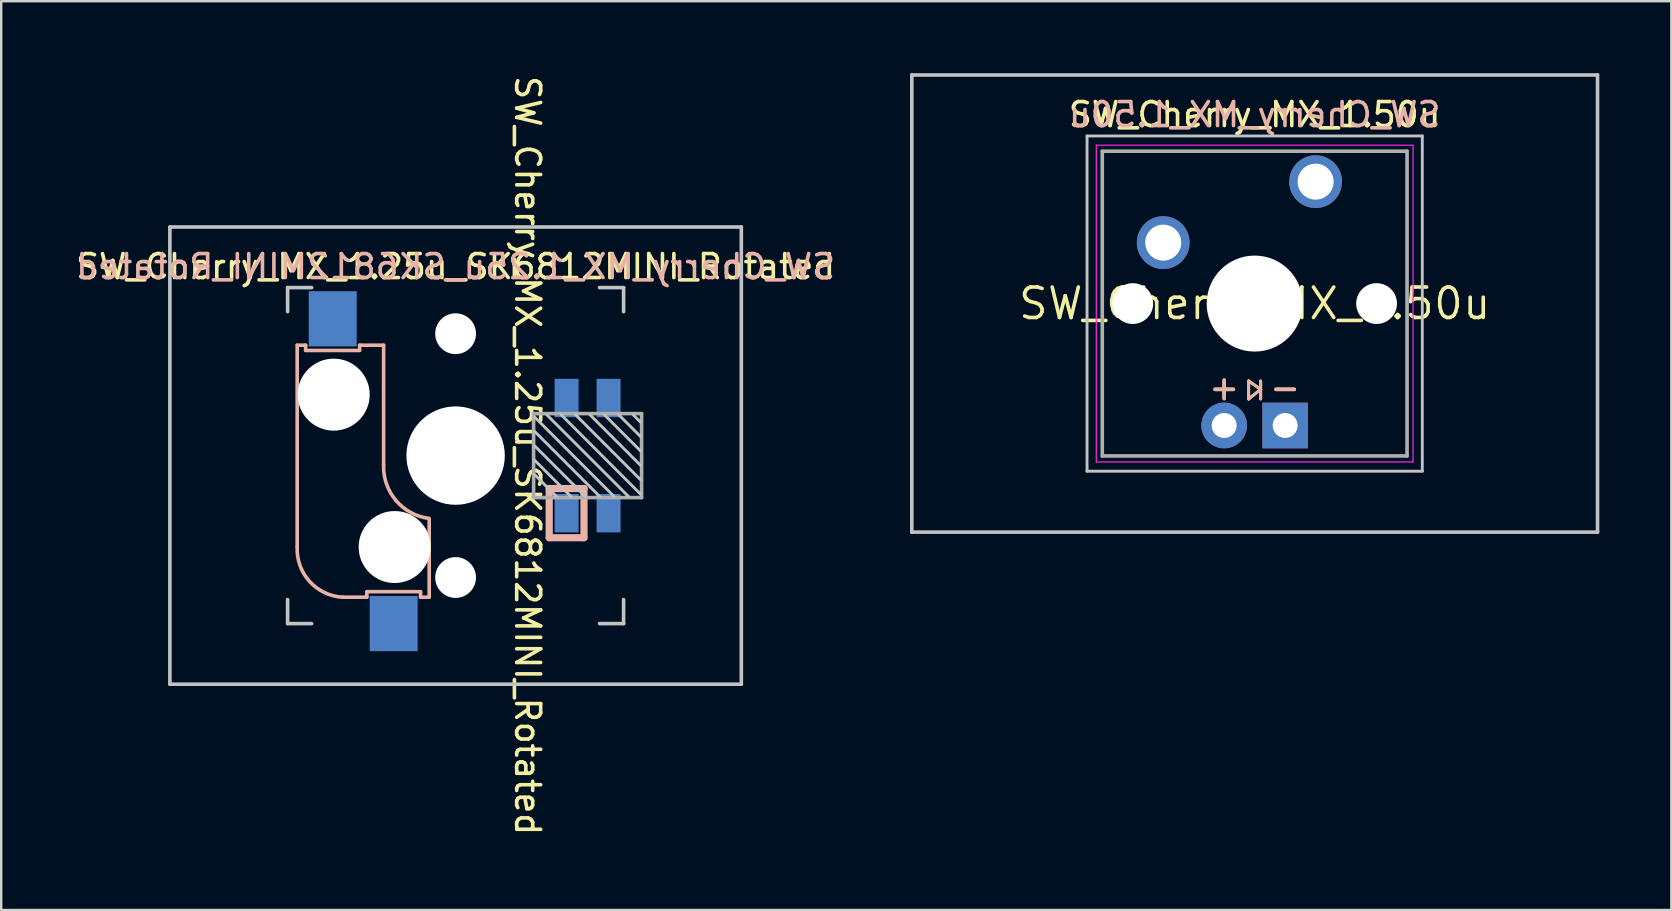
<source format=kicad_pcb>
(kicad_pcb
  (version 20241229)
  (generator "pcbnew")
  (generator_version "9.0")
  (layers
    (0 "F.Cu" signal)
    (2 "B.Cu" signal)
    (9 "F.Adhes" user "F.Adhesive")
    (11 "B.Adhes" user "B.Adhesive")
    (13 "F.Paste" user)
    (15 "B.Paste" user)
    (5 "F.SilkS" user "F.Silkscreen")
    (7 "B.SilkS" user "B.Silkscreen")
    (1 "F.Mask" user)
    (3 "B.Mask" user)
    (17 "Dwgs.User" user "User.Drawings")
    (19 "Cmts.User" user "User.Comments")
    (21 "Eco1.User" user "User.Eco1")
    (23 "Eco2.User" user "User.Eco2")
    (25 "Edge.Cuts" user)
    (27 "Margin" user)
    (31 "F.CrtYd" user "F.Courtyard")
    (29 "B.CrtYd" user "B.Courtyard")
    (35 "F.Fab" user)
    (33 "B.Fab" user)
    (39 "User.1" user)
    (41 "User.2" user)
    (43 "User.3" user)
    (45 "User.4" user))
  (footprint "SW_Cherry_MX_1.25u_SK6812MINI_Rotated"
    (layer "F.Cu")
    (at 15.935 15.935)
    (property "Reference" "SW_Cherry_MX_1.25u_SK6812MINI_Rotated" (at 3 0 270) (unlocked yes) (layer "F.SilkS") (effects (font (size 1 1) (thickness 0.15))))
    (attr through_hole)
    (fp_line (start -6.6 -4.6) (end -6.6 3.8) (stroke (width 0.15) (type solid)) (layer "B.SilkS"))
    (fp_line (start -6.25 -4.6) (end -6.6 -4.6) (stroke (width 0.15) (type solid)) (layer "B.SilkS"))
    (fp_line (start -6.25 -4.4) (end -6.25 -4.6) (stroke (width 0.15) (type solid)) (layer "B.SilkS"))
    (fp_line (start -4.7 5.9) (end -3.7 5.9) (stroke (width 0.15) (type solid)) (layer "B.SilkS"))
    (fp_line (start -4 -4.6) (end -4 -4.4) (stroke (width 0.15) (type solid)) (layer "B.SilkS"))
    (fp_line (start -4 -4.38) (end -6.25 -4.38) (stroke (width 0.15) (type solid)) (layer "B.SilkS"))
    (fp_line (start -3.7 5.67) (end -1.46 5.67) (stroke (width 0.15) (type solid)) (layer "B.SilkS"))
    (fp_line (start -3.7 5.9) (end -3.7 5.7) (stroke (width 0.15) (type solid)) (layer "B.SilkS"))
    (fp_line (start -3 -4.6) (end -4 -4.6) (stroke (width 0.15) (type solid)) (layer "B.SilkS"))
    (fp_line (start -3 0.4) (end -3 -4.6) (stroke (width 0.15) (type solid)) (layer "B.SilkS"))
    (fp_line (start -1.46 5.7) (end -1.46 5.9) (stroke (width 0.15) (type solid)) (layer "B.SilkS"))
    (fp_line (start -1.1 5.9) (end -1.46 5.9) (stroke (width 0.15) (type solid)) (layer "B.SilkS"))
    (fp_line (start -1.1 5.9) (end -1.1 2.62) (stroke (width 0.15) (type solid)) (layer "B.SilkS"))
    (fp_line (start 3.9 1.371) (end 5.35 1.371) (stroke (width 0.3) (type solid)) (layer "B.SilkS"))
    (fp_line (start 3.9 3.421) (end 3.9 1.371) (stroke (width 0.3) (type solid)) (layer "B.SilkS"))
    (fp_line (start 5.35 1.371) (end 5.35 3.421) (stroke (width 0.3) (type solid)) (layer "B.SilkS"))
    (fp_line (start 5.35 3.421) (end 3.9 3.421) (stroke (width 0.3) (type solid)) (layer "B.SilkS"))
    (fp_arc (start -4.699999 5.9) (mid -6.084924 5.243504) (end -6.6 3.800001) (stroke (width 0.15) (type solid)) (layer "B.SilkS"))
    (fp_arc (start -1.121471 2.616318) (mid -2.486118 1.868709) (end -3 0.4) (stroke (width 0.15) (type solid)) (layer "B.SilkS"))
    (fp_line (start -11.906 -9.525) (end 11.906 -9.525) (stroke (width 0.15) (type solid)) (layer "Dwgs.User"))
    (fp_line (start -11.906 9.525) (end -11.906 -9.525) (stroke (width 0.15) (type solid)) (layer "Dwgs.User"))
    (fp_line (start -11.906 9.525) (end 11.906 9.525) (stroke (width 0.15) (type solid)) (layer "Dwgs.User"))
    (fp_line (start -7 -7) (end -6 -7) (stroke (width 0.15) (type solid)) (layer "Dwgs.User"))
    (fp_line (start -7 -6) (end -7 -7) (stroke (width 0.15) (type solid)) (layer "Dwgs.User"))
    (fp_line (start -7 6) (end -7 7) (stroke (width 0.15) (type solid)) (layer "Dwgs.User"))
    (fp_line (start -7 7) (end -6 7) (stroke (width 0.15) (type solid)) (layer "Dwgs.User"))
    (fp_line (start 3.3 -1.6) (end 6.6 1.7) (stroke (width 0.12) (type solid)) (layer "Dwgs.User"))
    (fp_line (start 3.3 -1) (end 6 1.7) (stroke (width 0.12) (type solid)) (layer "Dwgs.User"))
    (fp_line (start 3.3 -0.4) (end 5.4 1.7) (stroke (width 0.12) (type solid)) (layer "Dwgs.User"))
    (fp_line (start 3.3 0.2) (end 4.8 1.7) (stroke (width 0.12) (type solid)) (layer "Dwgs.User"))
    (fp_line (start 3.3 0.8) (end 4.2 1.7) (stroke (width 0.12) (type solid)) (layer "Dwgs.User"))
    (fp_line (start 3.8 -1.7) (end 7.2 1.7) (stroke (width 0.12) (type solid)) (layer "Dwgs.User"))
    (fp_line (start 4.4 -1.7) (end 7.7 1.6) (stroke (width 0.12) (type solid)) (layer "Dwgs.User"))
    (fp_line (start 5 -1.7) (end 7.7 1) (stroke (width 0.12) (type solid)) (layer "Dwgs.User"))
    (fp_line (start 5.6 -1.7) (end 7.7 0.4) (stroke (width 0.12) (type solid)) (layer "Dwgs.User"))
    (fp_line (start 6 7) (end 7 7) (stroke (width 0.15) (type solid)) (layer "Dwgs.User"))
    (fp_line (start 6.2 -1.7) (end 7.7 -0.2) (stroke (width 0.12) (type solid)) (layer "Dwgs.User"))
    (fp_line (start 6.8 -1.7) (end 7.7 -0.8) (stroke (width 0.12) (type solid)) (layer "Dwgs.User"))
    (fp_line (start 7 -7) (end 6 -7) (stroke (width 0.15) (type solid)) (layer "Dwgs.User"))
    (fp_line (start 7 -7) (end 7 -6) (stroke (width 0.15) (type solid)) (layer "Dwgs.User"))
    (fp_line (start 7 7) (end 7 6) (stroke (width 0.15) (type solid)) (layer "Dwgs.User"))
    (fp_line (start 7.4 -1.7) (end 7.7 -1.4) (stroke (width 0.12) (type solid)) (layer "Dwgs.User"))
    (fp_line (start 11.906 -9.525) (end 11.906 9.525) (stroke (width 0.15) (type solid)) (layer "Dwgs.User"))
    (fp_line (start 3.25 -1.75) (end 7.75 -1.75) (stroke (width 0.15) (type solid)) (layer "F.Fab"))
    (fp_line (start 3.25 1.75) (end 3.25 -1.75) (stroke (width 0.15) (type solid)) (layer "F.Fab"))
    (fp_line (start 3.25 1.75) (end 7.75 1.75) (stroke (width 0.15) (type solid)) (layer "F.Fab"))
    (fp_line (start 7.75 -1.75) (end 7.75 1.75) (stroke (width 0.15) (type solid)) (layer "F.Fab"))
    (fp_text user "${REFERENCE}" (at 0 -7.874 0) (layer "F.SilkS") (effects (font (size 1 1) (thickness 0.15))))
    (fp_text user "${REFERENCE}" (at 0 -7.874 0) (layer "B.SilkS") (effects (font (size 1 1) (thickness 0.15)) (justify mirror)))
    (pad "" np_thru_hole circle (at -5.08 -2.54 270) (size 3 3) (drill 3) (layers "*.Cu" "*.Mask"))
    (pad "" np_thru_hole circle (at -2.54 3.81 270) (size 3 3) (drill 3) (layers "*.Cu" "*.Mask"))
    (pad "" np_thru_hole circle (at 0 -5.08 90) (size 1.7 1.7) (drill 1.7) (layers "*.Cu" "*.Mask"))
    (pad "" np_thru_hole circle (at 0 0 180) (size 4.1 4.1) (drill 4.1) (layers "*.Cu" "*.Mask"))
    (pad "" np_thru_hole circle (at 0 5.08 90) (size 1.7 1.7) (drill 1.7) (layers "*.Cu" "*.Mask"))
    (pad "1" smd rect (at 4.625 2.4 90) (size 1.6 1) (layers "B.Cu" "B.Mask" "B.Paste"))
    (pad "2" smd rect (at 6.375 2.4 90) (size 1.6 1) (layers "B.Cu" "B.Mask" "B.Paste"))
    (pad "3" smd rect (at 6.375 -2.4 90) (size 1.6 1) (layers "B.Cu" "B.Mask" "B.Paste"))
    (pad "4" smd rect (at 4.625 -2.4 90) (size 1.6 1) (layers "B.Cu" "B.Mask" "B.Paste"))
    (pad "5" smd rect (at -2.58 7 270) (size 2.3 2) (layers "B.Cu" "B.Mask" "B.Paste"))
    (pad "6" smd rect (at -5.12 -5.7 270) (size 2.3 2) (layers "B.Cu" "B.Mask" "B.Paste")))
  (footprint "SW_Cherry_MX_1.50u"
    (layer "F.Cu")
    (at 49.232 9.6)
    (property "Reference" "SW_Cherry_MX_1.50u" (at 0 0 0) (layer "F.SilkS") (effects (font (size 1.27 1.27) (thickness 0.15))))
    (attr through_hole)
    (fp_line (start -0.25 3.225) (end -0.25 3.975) (stroke (width 0.12) (type solid)) (layer "F.SilkS"))
    (fp_line (start -0.25 3.975) (end 0.25 3.575) (stroke (width 0.12) (type solid)) (layer "F.SilkS"))
    (fp_line (start 0.25 3.225) (end 0.25 3.975) (stroke (width 0.12) (type solid)) (layer "F.SilkS"))
    (fp_line (start 0.25 3.575) (end -0.25 3.225) (stroke (width 0.12) (type solid)) (layer "F.SilkS"))
    (fp_line (start -0.25 3.225) (end -0.25 3.975) (stroke (width 0.12) (type solid)) (layer "B.SilkS"))
    (fp_line (start -0.25 3.975) (end 0.25 3.575) (stroke (width 0.12) (type solid)) (layer "B.SilkS"))
    (fp_line (start 0.25 3.225) (end 0.25 3.975) (stroke (width 0.12) (type solid)) (layer "B.SilkS"))
    (fp_line (start 0.25 3.575) (end -0.25 3.225) (stroke (width 0.12) (type solid)) (layer "B.SilkS"))
    (fp_line (start -14.287 -9.525) (end 14.287 -9.525) (stroke (width 0.15) (type solid)) (layer "Dwgs.User"))
    (fp_line (start -14.287 9.525) (end -14.287 -9.525) (stroke (width 0.15) (type solid)) (layer "Dwgs.User"))
    (fp_line (start -6.985 -6.985) (end 6.985 -6.985) (stroke (width 0.12) (type solid)) (layer "Dwgs.User"))
    (fp_line (start -6.985 6.985) (end -6.985 -6.985) (stroke (width 0.12) (type solid)) (layer "Dwgs.User"))
    (fp_line (start 6.985 -6.985) (end 6.985 6.985) (stroke (width 0.12) (type solid)) (layer "Dwgs.User"))
    (fp_line (start 6.985 6.985) (end -6.985 6.985) (stroke (width 0.12) (type solid)) (layer "Dwgs.User"))
    (fp_line (start 14.287 -9.525) (end 14.287 9.525) (stroke (width 0.15) (type solid)) (layer "Dwgs.User"))
    (fp_line (start 14.287 9.525) (end -14.287 9.525) (stroke (width 0.15) (type solid)) (layer "Dwgs.User"))
    (fp_line (start -6.985 -6.985) (end 6.985 -6.985) (stroke (width 0.05) (type solid)) (layer "Eco1.User"))
    (fp_line (start -6.985 6.985) (end -6.985 -6.985) (stroke (width 0.05) (type solid)) (layer "Eco1.User"))
    (fp_line (start 6.985 -6.985) (end 6.985 6.985) (stroke (width 0.05) (type solid)) (layer "Eco1.User"))
    (fp_line (start 6.985 6.985) (end -6.985 6.985) (stroke (width 0.05) (type solid)) (layer "Eco1.User"))
    (fp_line (start -6.6 -6.6) (end 6.6 -6.6) (stroke (width 0.05) (type solid)) (layer "F.CrtYd"))
    (fp_line (start -6.6 6.6) (end -6.6 -6.6) (stroke (width 0.05) (type solid)) (layer "F.CrtYd"))
    (fp_line (start 6.6 -6.6) (end 6.6 6.6) (stroke (width 0.05) (type solid)) (layer "F.CrtYd"))
    (fp_line (start 6.6 6.6) (end -6.6 6.6) (stroke (width 0.05) (type solid)) (layer "F.CrtYd"))
    (fp_line (start -6.35 -6.35) (end 6.35 -6.35) (stroke (width 0.15) (type solid)) (layer "F.Fab"))
    (fp_line (start -6.35 6.35) (end -6.35 -6.35) (stroke (width 0.15) (type solid)) (layer "F.Fab"))
    (fp_line (start 6.35 -6.35) (end 6.35 6.35) (stroke (width 0.15) (type solid)) (layer "F.Fab"))
    (fp_line (start 6.35 6.35) (end -6.35 6.35) (stroke (width 0.15) (type solid)) (layer "F.Fab"))
    (fp_text user "${REFERENCE}" (at 0 -7.874 0) (layer "F.SilkS") (effects (font (size 1 1) (thickness 0.15))))
    (fp_text user "+" (at -1.27 3.5 0) (layer "F.SilkS") (effects (font (size 1 1) (thickness 0.15))))
    (fp_text user "-" (at 1.27 3.5 0) (layer "F.SilkS") (effects (font (size 1 1) (thickness 0.15))))
    (fp_text user "-" (at 1.27 3.5 0) (layer "B.SilkS") (effects (font (size 1 1) (thickness 0.15))))
    (fp_text user "+" (at -1.27 3.5 0) (layer "B.SilkS") (effects (font (size 1 1) (thickness 0.15))))
    (fp_text user "${REFERENCE}" (at 0 -7.874 0) (layer "B.SilkS") (effects (font (size 1 1) (thickness 0.15)) (justify mirror)))
    (pad "" np_thru_hole circle (at -5.08 0) (size 1.7 1.7) (drill 1.7) (layers "*.Cu" "*.Mask"))
    (pad "" np_thru_hole circle (at 0 0) (size 4 4) (drill 4) (layers "*.Cu" "*.Mask"))
    (pad "" np_thru_hole circle (at 5.08 0) (size 1.7 1.7) (drill 1.7) (layers "*.Cu" "*.Mask"))
    (pad "1" thru_hole circle (at 2.54 -5.08) (size 2.2 2.2) (drill 1.5) (layers "*.Cu" "*.Mask"))
    (pad "2" thru_hole circle (at -3.81 -2.54) (size 2.2 2.2) (drill 1.5) (layers "*.Cu" "*.Mask"))
    (pad "3" thru_hole circle (at -1.27 5.08) (size 1.905 1.905) (drill 1.04) (layers "*.Cu" "*.Mask"))
    (pad "4" thru_hole rect (at 1.27 5.08) (size 1.905 1.905) (drill 1.04) (layers "*.Cu" "*.Mask")))
  (gr_rect
    (start -3 -3)
    (end 66.594 34.869)
    (stroke (width 0.1) (type default))
    (fill no)
    (layer "Edge.Cuts")))
</source>
